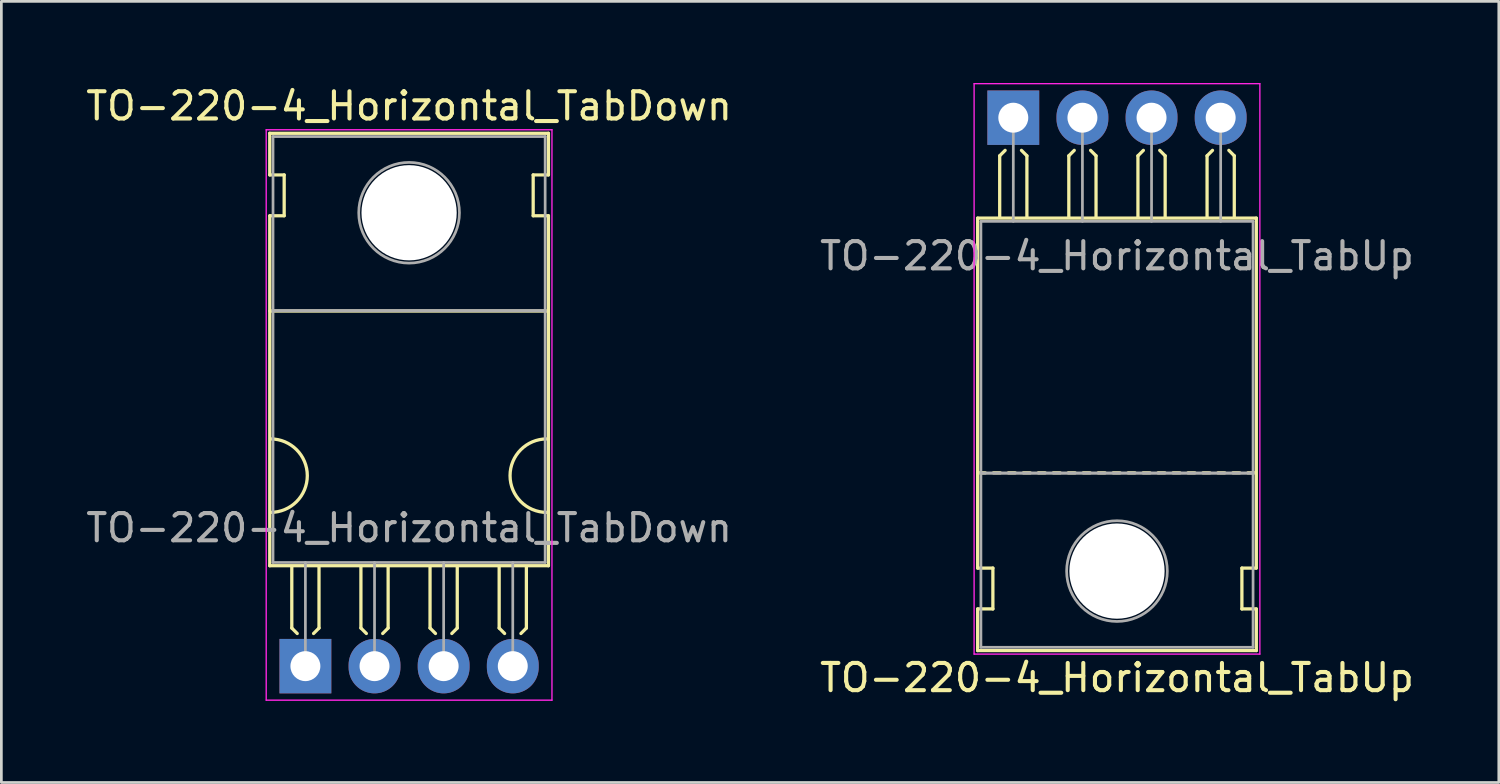
<source format=kicad_pcb>
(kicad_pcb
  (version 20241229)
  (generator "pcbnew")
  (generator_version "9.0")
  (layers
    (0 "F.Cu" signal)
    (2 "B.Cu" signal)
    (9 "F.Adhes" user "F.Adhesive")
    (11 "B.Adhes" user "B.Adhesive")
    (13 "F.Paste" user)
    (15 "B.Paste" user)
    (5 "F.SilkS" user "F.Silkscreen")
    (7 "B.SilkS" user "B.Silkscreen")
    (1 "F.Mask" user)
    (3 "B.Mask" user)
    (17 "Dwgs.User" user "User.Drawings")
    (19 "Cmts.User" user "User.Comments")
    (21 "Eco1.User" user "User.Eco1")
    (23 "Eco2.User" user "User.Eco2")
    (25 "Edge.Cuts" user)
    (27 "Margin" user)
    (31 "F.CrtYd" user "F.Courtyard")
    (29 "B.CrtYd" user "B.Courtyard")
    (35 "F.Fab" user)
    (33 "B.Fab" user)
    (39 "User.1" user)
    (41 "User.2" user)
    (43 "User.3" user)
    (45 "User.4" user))
  (footprint "TO-220-4_Horizontal_TabUp"
    (layer "F.Cu")
    (at 34.184 1.275)
    (property "Reference" "TO-220-4_Horizontal_TabUp" (at 3.81 20.58 0) (layer "F.SilkS") (effects (font (size 1 1) (thickness 0.15))))
    (attr through_hole)
    (fp_line (start -1.31 16.55) (end -1.31 3.69) (stroke (width 0.12) (type solid)) (layer "F.SilkS"))
    (fp_line (start -1.31 16.55) (end -0.75 16.55) (stroke (width 0.12) (type solid)) (layer "F.SilkS"))
    (fp_line (start -1.31 19.58) (end -1.31 18.05) (stroke (width 0.12) (type solid)) (layer "F.SilkS"))
    (fp_line (start -1.03 13.05) (end -1.28 13.05) (stroke (width 0.12) (type solid)) (layer "F.SilkS"))
    (fp_line (start -0.75 16.55) (end -0.75 18.05) (stroke (width 0.12) (type solid)) (layer "F.SilkS"))
    (fp_line (start -0.75 18.05) (end -1.31 18.05) (stroke (width 0.12) (type solid)) (layer "F.SilkS"))
    (fp_line (start -0.5 1.4) (end -0.3 1.2) (stroke (width 0.12) (type solid)) (layer "F.SilkS"))
    (fp_line (start -0.5 3.65) (end -0.5 1.4) (stroke (width 0.12) (type solid)) (layer "F.SilkS"))
    (fp_line (start -0.48 13.05) (end -0.73 13.05) (stroke (width 0.12) (type solid)) (layer "F.SilkS"))
    (fp_line (start 0.07 13.05) (end -0.18 13.05) (stroke (width 0.12) (type solid)) (layer "F.SilkS"))
    (fp_line (start 0.5 1.4) (end 0.3 1.2) (stroke (width 0.12) (type solid)) (layer "F.SilkS"))
    (fp_line (start 0.5 3.65) (end 0.5 1.4) (stroke (width 0.12) (type solid)) (layer "F.SilkS"))
    (fp_line (start 0.62 13.05) (end 0.37 13.05) (stroke (width 0.12) (type solid)) (layer "F.SilkS"))
    (fp_line (start 1.17 13.05) (end 0.92 13.05) (stroke (width 0.12) (type solid)) (layer "F.SilkS"))
    (fp_line (start 1.72 13.05) (end 1.47 13.05) (stroke (width 0.12) (type solid)) (layer "F.SilkS"))
    (fp_line (start 2.04 1.4) (end 2.24 1.2) (stroke (width 0.12) (type solid)) (layer "F.SilkS"))
    (fp_line (start 2.04 3.65) (end 2.04 1.4) (stroke (width 0.12) (type solid)) (layer "F.SilkS"))
    (fp_line (start 2.27 13.05) (end 2.02 13.05) (stroke (width 0.12) (type solid)) (layer "F.SilkS"))
    (fp_line (start 2.82 13.05) (end 2.57 13.05) (stroke (width 0.12) (type solid)) (layer "F.SilkS"))
    (fp_line (start 3.04 1.4) (end 2.84 1.2) (stroke (width 0.12) (type solid)) (layer "F.SilkS"))
    (fp_line (start 3.04 3.65) (end 3.04 1.4) (stroke (width 0.12) (type solid)) (layer "F.SilkS"))
    (fp_line (start 3.37 13.05) (end 3.12 13.05) (stroke (width 0.12) (type solid)) (layer "F.SilkS"))
    (fp_line (start 3.92 13.05) (end 3.67 13.05) (stroke (width 0.12) (type solid)) (layer "F.SilkS"))
    (fp_line (start 4.47 13.05) (end 4.22 13.05) (stroke (width 0.12) (type solid)) (layer "F.SilkS"))
    (fp_line (start 4.58 1.4) (end 4.78 1.2) (stroke (width 0.12) (type solid)) (layer "F.SilkS"))
    (fp_line (start 4.58 3.65) (end 4.58 1.4) (stroke (width 0.12) (type solid)) (layer "F.SilkS"))
    (fp_line (start 5.02 13.05) (end 4.77 13.05) (stroke (width 0.12) (type solid)) (layer "F.SilkS"))
    (fp_line (start 5.57 13.05) (end 5.32 13.05) (stroke (width 0.12) (type solid)) (layer "F.SilkS"))
    (fp_line (start 5.58 1.4) (end 5.38 1.2) (stroke (width 0.12) (type solid)) (layer "F.SilkS"))
    (fp_line (start 5.58 3.65) (end 5.58 1.4) (stroke (width 0.12) (type solid)) (layer "F.SilkS"))
    (fp_line (start 6.12 13.05) (end 5.87 13.05) (stroke (width 0.12) (type solid)) (layer "F.SilkS"))
    (fp_line (start 6.67 13.05) (end 6.42 13.05) (stroke (width 0.12) (type solid)) (layer "F.SilkS"))
    (fp_line (start 7.12 1.4) (end 7.32 1.2) (stroke (width 0.12) (type solid)) (layer "F.SilkS"))
    (fp_line (start 7.12 3.65) (end 7.12 1.4) (stroke (width 0.12) (type solid)) (layer "F.SilkS"))
    (fp_line (start 7.22 13.05) (end 6.97 13.05) (stroke (width 0.12) (type solid)) (layer "F.SilkS"))
    (fp_line (start 7.77 13.05) (end 7.52 13.05) (stroke (width 0.12) (type solid)) (layer "F.SilkS"))
    (fp_line (start 8.12 1.4) (end 7.92 1.2) (stroke (width 0.12) (type solid)) (layer "F.SilkS"))
    (fp_line (start 8.12 3.65) (end 8.12 1.4) (stroke (width 0.12) (type solid)) (layer "F.SilkS"))
    (fp_line (start 8.32 13.05) (end 8.07 13.05) (stroke (width 0.12) (type solid)) (layer "F.SilkS"))
    (fp_line (start 8.4 16.55) (end 8.925 16.55) (stroke (width 0.12) (type solid)) (layer "F.SilkS"))
    (fp_line (start 8.4 18.05) (end 8.4 16.55) (stroke (width 0.12) (type solid)) (layer "F.SilkS"))
    (fp_line (start 8.87 13.05) (end 8.62 13.05) (stroke (width 0.12) (type solid)) (layer "F.SilkS"))
    (fp_line (start 8.93 3.69) (end -1.31 3.69) (stroke (width 0.12) (type solid)) (layer "F.SilkS"))
    (fp_line (start 8.93 16.55) (end 8.93 3.69) (stroke (width 0.12) (type solid)) (layer "F.SilkS"))
    (fp_line (start 8.93 18.05) (end 8.4 18.05) (stroke (width 0.12) (type solid)) (layer "F.SilkS"))
    (fp_line (start 8.93 19.58) (end -1.31 19.58) (stroke (width 0.12) (type solid)) (layer "F.SilkS"))
    (fp_line (start 8.93 19.58) (end 8.93 18.05) (stroke (width 0.12) (type solid)) (layer "F.SilkS"))
    (fp_line (start -1.44 -1.25) (end -1.44 19.71) (stroke (width 0.05) (type solid)) (layer "F.CrtYd"))
    (fp_line (start -1.44 19.71) (end 9.06 19.71) (stroke (width 0.05) (type solid)) (layer "F.CrtYd"))
    (fp_line (start 9.06 -1.25) (end -1.44 -1.25) (stroke (width 0.05) (type solid)) (layer "F.CrtYd"))
    (fp_line (start 9.06 19.71) (end 9.06 -1.25) (stroke (width 0.05) (type solid)) (layer "F.CrtYd"))
    (fp_line (start -1.19 3.81) (end -1.19 13.06) (stroke (width 0.1) (type solid)) (layer "F.Fab"))
    (fp_line (start -1.19 13.06) (end -1.19 19.46) (stroke (width 0.1) (type solid)) (layer "F.Fab"))
    (fp_line (start -1.19 13.06) (end 8.81 13.06) (stroke (width 0.1) (type solid)) (layer "F.Fab"))
    (fp_line (start -1.19 19.46) (end 8.81 19.46) (stroke (width 0.1) (type solid)) (layer "F.Fab"))
    (fp_line (start 0 3.81) (end 0 0) (stroke (width 0.1) (type solid)) (layer "F.Fab"))
    (fp_line (start 2.54 3.81) (end 2.54 0) (stroke (width 0.1) (type solid)) (layer "F.Fab"))
    (fp_line (start 5.08 3.81) (end 5.08 0) (stroke (width 0.1) (type solid)) (layer "F.Fab"))
    (fp_line (start 7.62 3.81) (end 7.62 0) (stroke (width 0.1) (type solid)) (layer "F.Fab"))
    (fp_line (start 8.81 3.81) (end -1.19 3.81) (stroke (width 0.1) (type solid)) (layer "F.Fab"))
    (fp_line (start 8.81 13.06) (end -1.19 13.06) (stroke (width 0.1) (type solid)) (layer "F.Fab"))
    (fp_line (start 8.81 13.06) (end 8.81 3.81) (stroke (width 0.1) (type solid)) (layer "F.Fab"))
    (fp_line (start 8.81 19.46) (end 8.81 13.06) (stroke (width 0.1) (type solid)) (layer "F.Fab"))
    (fp_circle (center 3.81 16.66) (end 5.66 16.66) (stroke (width 0.1) (type solid)) (fill no) (layer "F.Fab"))
    (fp_text user "${REFERENCE}" (at 3.81 5.08 0) (layer "F.Fab") (effects (font (size 1 1) (thickness 0.15))))
    (pad "" np_thru_hole oval (at 3.81 16.66) (size 3.5 3.5) (drill 3.5) (layers "*.Cu" "*.Mask"))
    (pad "1" thru_hole rect (at 0 0) (size 1.905 2) (drill 1.1) (layers "*.Cu" "*.Mask"))
    (pad "2" thru_hole oval (at 2.54 0) (size 1.905 2) (drill 1.1) (layers "*.Cu" "*.Mask"))
    (pad "3" thru_hole oval (at 5.08 0) (size 1.905 2) (drill 1.1) (layers "*.Cu" "*.Mask"))
    (pad "4" thru_hole oval (at 7.62 0) (size 1.905 2) (drill 1.1) (layers "*.Cu" "*.Mask")))
  (footprint "TO-220-4_Horizontal_TabDown"
    (layer "F.Cu")
    (at 8.172 21.428)
    (property "Reference" "TO-220-4_Horizontal_TabDown" (at 3.81 -20.58 0) (layer "F.SilkS") (effects (font (size 1 1) (thickness 0.15))))
    (attr through_hole)
    (fp_line (start -1.31 -19.58) (end -1.31 -18.05) (stroke (width 0.12) (type solid)) (layer "F.SilkS"))
    (fp_line (start -1.31 -19.58) (end 8.93 -19.58) (stroke (width 0.12) (type solid)) (layer "F.SilkS"))
    (fp_line (start -1.31 -18.05) (end -0.78 -18.05) (stroke (width 0.12) (type solid)) (layer "F.SilkS"))
    (fp_line (start -1.31 -16.55) (end -1.31 -3.69) (stroke (width 0.12) (type solid)) (layer "F.SilkS"))
    (fp_line (start -1.31 -3.69) (end 8.93 -3.69) (stroke (width 0.12) (type solid)) (layer "F.SilkS"))
    (fp_line (start -1.305 -13.05) (end 8.92 -13.05) (stroke (width 0.12) (type solid)) (layer "F.SilkS"))
    (fp_line (start -0.78 -18.05) (end -0.78 -16.55) (stroke (width 0.12) (type solid)) (layer "F.SilkS"))
    (fp_line (start -0.78 -16.55) (end -1.305 -16.55) (stroke (width 0.12) (type solid)) (layer "F.SilkS"))
    (fp_line (start -0.5 -3.65) (end -0.5 -1.4) (stroke (width 0.12) (type solid)) (layer "F.SilkS"))
    (fp_line (start -0.5 -1.4) (end -0.3 -1.2) (stroke (width 0.12) (type solid)) (layer "F.SilkS"))
    (fp_line (start 0.5 -3.65) (end 0.5 -1.4) (stroke (width 0.12) (type solid)) (layer "F.SilkS"))
    (fp_line (start 0.5 -1.4) (end 0.3 -1.2) (stroke (width 0.12) (type solid)) (layer "F.SilkS"))
    (fp_line (start 2.04 -3.65) (end 2.04 -1.4) (stroke (width 0.12) (type solid)) (layer "F.SilkS"))
    (fp_line (start 2.04 -1.4) (end 2.24 -1.2) (stroke (width 0.12) (type solid)) (layer "F.SilkS"))
    (fp_line (start 3.04 -3.65) (end 3.04 -1.4) (stroke (width 0.12) (type solid)) (layer "F.SilkS"))
    (fp_line (start 3.04 -1.4) (end 2.84 -1.2) (stroke (width 0.12) (type solid)) (layer "F.SilkS"))
    (fp_line (start 4.58 -3.65) (end 4.58 -1.4) (stroke (width 0.12) (type solid)) (layer "F.SilkS"))
    (fp_line (start 4.58 -1.4) (end 4.78 -1.2) (stroke (width 0.12) (type solid)) (layer "F.SilkS"))
    (fp_line (start 5.58 -3.65) (end 5.58 -1.4) (stroke (width 0.12) (type solid)) (layer "F.SilkS"))
    (fp_line (start 5.58 -1.4) (end 5.38 -1.2) (stroke (width 0.12) (type solid)) (layer "F.SilkS"))
    (fp_line (start 7.12 -3.65) (end 7.12 -1.4) (stroke (width 0.12) (type solid)) (layer "F.SilkS"))
    (fp_line (start 7.12 -1.4) (end 7.32 -1.2) (stroke (width 0.12) (type solid)) (layer "F.SilkS"))
    (fp_line (start 8.12 -3.65) (end 8.12 -1.4) (stroke (width 0.12) (type solid)) (layer "F.SilkS"))
    (fp_line (start 8.12 -1.4) (end 7.92 -1.2) (stroke (width 0.12) (type solid)) (layer "F.SilkS"))
    (fp_line (start 8.37 -18.05) (end 8.93 -18.05) (stroke (width 0.12) (type solid)) (layer "F.SilkS"))
    (fp_line (start 8.37 -16.55) (end 8.37 -18.05) (stroke (width 0.12) (type solid)) (layer "F.SilkS"))
    (fp_line (start 8.93 -19.58) (end 8.93 -18.05) (stroke (width 0.12) (type solid)) (layer "F.SilkS"))
    (fp_line (start 8.93 -16.55) (end 8.37 -16.55) (stroke (width 0.12) (type solid)) (layer "F.SilkS"))
    (fp_line (start 8.93 -16.55) (end 8.93 -3.69) (stroke (width 0.12) (type solid)) (layer "F.SilkS"))
    (fp_arc (start -1.28 -8.35) (mid 0.07 -7) (end -1.28 -5.65) (stroke (width 0.12) (type solid)) (layer "F.SilkS"))
    (fp_arc (start 8.87 -5.65) (mid 7.52 -7) (end 8.87 -8.35) (stroke (width 0.12) (type solid)) (layer "F.SilkS"))
    (fp_line (start -1.44 -19.71) (end -1.44 1.25) (stroke (width 0.05) (type solid)) (layer "F.CrtYd"))
    (fp_line (start -1.44 1.25) (end 9.06 1.25) (stroke (width 0.05) (type solid)) (layer "F.CrtYd"))
    (fp_line (start 9.06 -19.71) (end -1.44 -19.71) (stroke (width 0.05) (type solid)) (layer "F.CrtYd"))
    (fp_line (start 9.06 1.25) (end 9.06 -19.71) (stroke (width 0.05) (type solid)) (layer "F.CrtYd"))
    (fp_line (start -1.19 -19.46) (end 8.81 -19.46) (stroke (width 0.1) (type solid)) (layer "F.Fab"))
    (fp_line (start -1.19 -13.06) (end -1.19 -19.46) (stroke (width 0.1) (type solid)) (layer "F.Fab"))
    (fp_line (start -1.19 -13.06) (end 8.81 -13.06) (stroke (width 0.1) (type solid)) (layer "F.Fab"))
    (fp_line (start -1.19 -3.81) (end -1.19 -13.06) (stroke (width 0.1) (type solid)) (layer "F.Fab"))
    (fp_line (start 0 -3.81) (end 0 0) (stroke (width 0.1) (type solid)) (layer "F.Fab"))
    (fp_line (start 2.54 -3.81) (end 2.54 0) (stroke (width 0.1) (type solid)) (layer "F.Fab"))
    (fp_line (start 5.08 -3.81) (end 5.08 0) (stroke (width 0.1) (type solid)) (layer "F.Fab"))
    (fp_line (start 7.62 -3.81) (end 7.62 0) (stroke (width 0.1) (type solid)) (layer "F.Fab"))
    (fp_line (start 8.81 -19.46) (end 8.81 -13.06) (stroke (width 0.1) (type solid)) (layer "F.Fab"))
    (fp_line (start 8.81 -13.06) (end -1.19 -13.06) (stroke (width 0.1) (type solid)) (layer "F.Fab"))
    (fp_line (start 8.81 -13.06) (end 8.81 -3.81) (stroke (width 0.1) (type solid)) (layer "F.Fab"))
    (fp_line (start 8.81 -3.81) (end -1.19 -3.81) (stroke (width 0.1) (type solid)) (layer "F.Fab"))
    (fp_circle (center 3.81 -16.66) (end 5.66 -16.66) (stroke (width 0.1) (type solid)) (fill no) (layer "F.Fab"))
    (fp_text user "${REFERENCE}" (at 3.81 -5.08 0) (layer "F.Fab") (effects (font (size 1 1) (thickness 0.15))))
    (pad "" np_thru_hole oval (at 3.81 -16.66) (size 3.5 3.5) (drill 3.5) (layers "*.Cu" "*.Mask"))
    (pad "1" thru_hole rect (at 0 0) (size 1.905 2) (drill 1.1) (layers "*.Cu" "*.Mask"))
    (pad "2" thru_hole oval (at 2.54 0) (size 1.905 2) (drill 1.1) (layers "*.Cu" "*.Mask"))
    (pad "3" thru_hole oval (at 5.08 0) (size 1.905 2) (drill 1.1) (layers "*.Cu" "*.Mask"))
    (pad "4" thru_hole oval (at 7.62 0) (size 1.905 2) (drill 1.1) (layers "*.Cu" "*.Mask")))
  (gr_rect
    (start -3 -3)
    (end 52.024 25.703)
    (stroke (width 0.1) (type default))
    (fill no)
    (layer "Edge.Cuts")))
</source>
